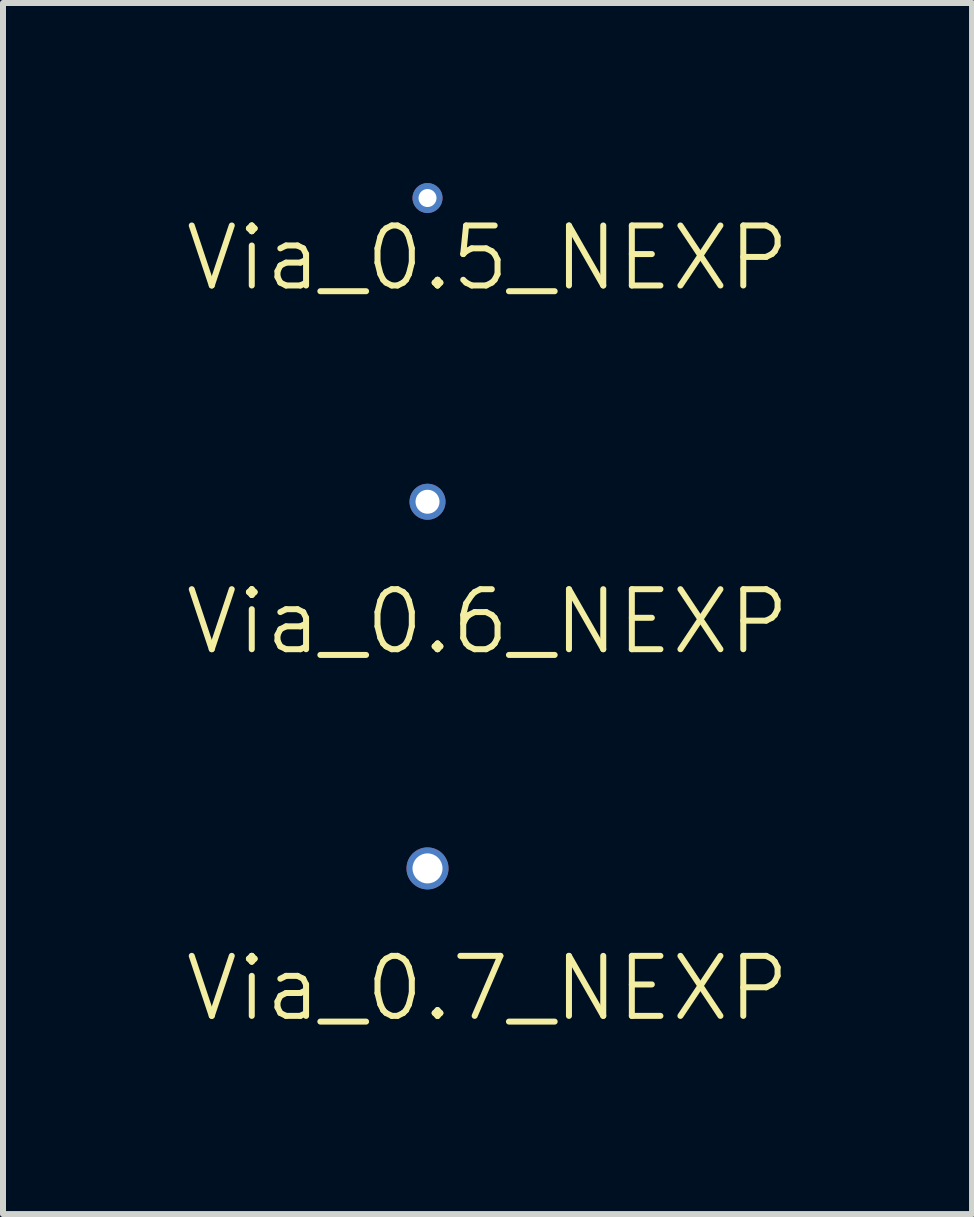
<source format=kicad_pcb>
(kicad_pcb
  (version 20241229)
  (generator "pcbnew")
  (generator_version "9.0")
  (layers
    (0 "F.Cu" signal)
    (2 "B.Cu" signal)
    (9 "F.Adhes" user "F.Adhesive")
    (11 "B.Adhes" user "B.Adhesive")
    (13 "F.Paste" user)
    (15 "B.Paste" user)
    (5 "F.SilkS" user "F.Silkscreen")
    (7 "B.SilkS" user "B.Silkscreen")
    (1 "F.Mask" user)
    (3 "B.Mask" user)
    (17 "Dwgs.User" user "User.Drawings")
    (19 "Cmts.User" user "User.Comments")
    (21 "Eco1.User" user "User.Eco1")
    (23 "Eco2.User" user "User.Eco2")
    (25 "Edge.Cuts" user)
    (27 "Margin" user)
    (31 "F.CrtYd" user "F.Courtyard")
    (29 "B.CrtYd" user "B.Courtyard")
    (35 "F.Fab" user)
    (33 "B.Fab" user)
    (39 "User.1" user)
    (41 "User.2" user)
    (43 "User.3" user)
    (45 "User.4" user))
  (footprint "Via_0.7_NEXP"
    (layer "F.Cu")
    (at 4.074 11.421)
    (property "Reference" "Via_0.7_NEXP" (at 1 2 0) (layer "F.SilkS") (effects (font (size 1 1) (thickness 0.1))))
    (attr through_hole)
    (pad "" thru_hole circle (at 0 0) (size 0.7 0.7) (drill 0.5) (layers "*.Cu")))
  (footprint "Via_0.5_NEXP"
    (layer "F.Cu")
    (at 4.074 0.25)
    (property "Reference" "Via_0.5_NEXP" (at 1 1 0) (layer "F.SilkS") (effects (font (size 1 1) (thickness 0.1))))
    (attr through_hole)
    (pad "" thru_hole circle (at 0 0) (size 0.5 0.5) (drill 0.3) (layers "*.Cu")))
  (footprint "Via_0.6_NEXP"
    (layer "F.Cu")
    (at 4.074 5.311)
    (property "Reference" "Via_0.6_NEXP" (at 1 2 0) (layer "F.SilkS") (effects (font (size 1 1) (thickness 0.1))))
    (attr through_hole)
    (pad "" thru_hole circle (at 0 0) (size 0.6 0.6) (drill 0.4) (layers "*.Cu")))
  (gr_rect
    (start -3 -3)
    (end 13.148 17.181)
    (stroke (width 0.1) (type default))
    (fill no)
    (layer "Edge.Cuts")))
</source>
